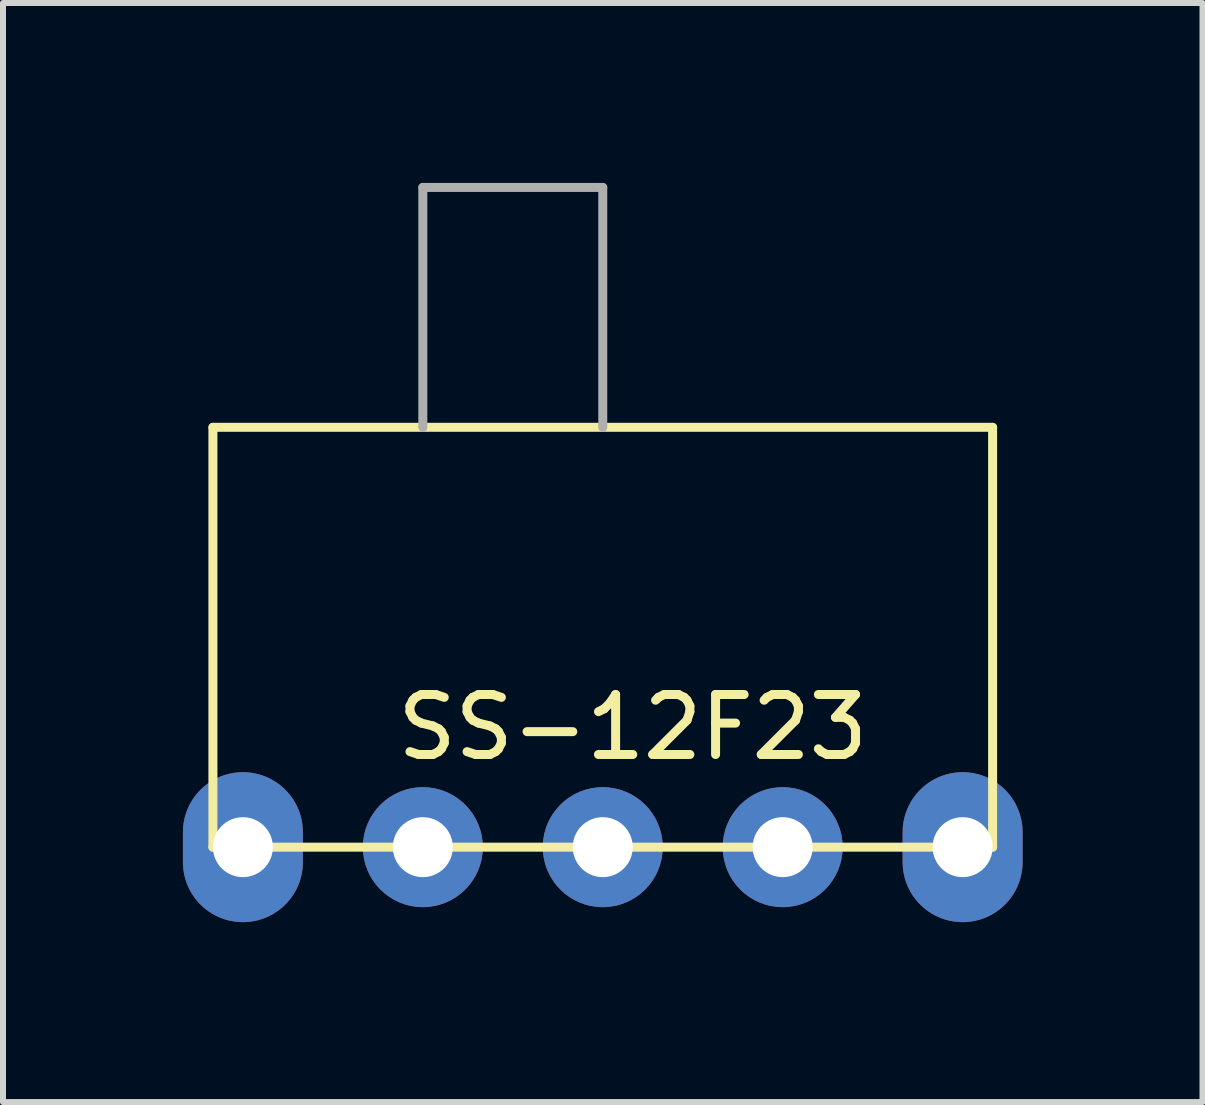
<source format=kicad_pcb>
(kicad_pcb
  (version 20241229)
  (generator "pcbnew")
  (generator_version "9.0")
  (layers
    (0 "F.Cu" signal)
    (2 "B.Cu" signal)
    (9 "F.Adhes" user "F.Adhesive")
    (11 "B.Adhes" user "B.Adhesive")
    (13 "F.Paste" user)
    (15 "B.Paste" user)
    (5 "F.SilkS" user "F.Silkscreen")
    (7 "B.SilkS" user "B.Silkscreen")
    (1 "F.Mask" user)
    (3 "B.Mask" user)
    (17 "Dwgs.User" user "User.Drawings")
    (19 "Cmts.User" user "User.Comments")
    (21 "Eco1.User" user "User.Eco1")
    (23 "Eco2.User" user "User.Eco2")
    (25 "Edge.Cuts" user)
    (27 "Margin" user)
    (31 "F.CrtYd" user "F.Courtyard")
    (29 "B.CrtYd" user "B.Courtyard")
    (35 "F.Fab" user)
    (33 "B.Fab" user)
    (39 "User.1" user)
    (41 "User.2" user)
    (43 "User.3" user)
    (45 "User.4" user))
  (footprint "SS-12F23"
    (layer "F.Cu")
    (at 7 11.075)
    (property "Reference" "SS-12F23" (at 0.5 -2 0) (layer "F.SilkS") (effects (font (size 1 1) (thickness 0.15))))
    (attr through_hole)
    (fp_line (start -6.5 -7) (end -6.5 0) (stroke (width 0.15) (type solid)) (layer "F.SilkS"))
    (fp_line (start -6.5 0) (end 0 0) (stroke (width 0.15) (type solid)) (layer "F.SilkS"))
    (fp_line (start 0 0) (end 6.5 0) (stroke (width 0.15) (type solid)) (layer "F.SilkS"))
    (fp_line (start 6.5 -7) (end -6.5 -7) (stroke (width 0.15) (type solid)) (layer "F.SilkS"))
    (fp_line (start 6.5 0) (end 6.5 -7) (stroke (width 0.15) (type solid)) (layer "F.SilkS"))
    (fp_line (start -3 -11) (end -3 -7) (stroke (width 0.15) (type solid)) (layer "F.Fab"))
    (fp_line (start 0 -11) (end -3 -11) (stroke (width 0.15) (type solid)) (layer "F.Fab"))
    (fp_line (start 0 -7) (end 0 -11) (stroke (width 0.15) (type solid)) (layer "F.Fab"))
    (pad "" thru_hole oval (at -6 0) (size 2 2.5) (drill 1) (layers "*.Cu" "*.Mask"))
    (pad "" thru_hole oval (at 6 0) (size 2 2.5) (drill 1) (layers "*.Cu" "*.Mask"))
    (pad "1" thru_hole circle (at 3 0) (size 2 2) (drill 1) (layers "*.Cu" "*.Mask"))
    (pad "2" thru_hole circle (at 0 0) (size 2 2) (drill 1) (layers "*.Cu" "*.Mask"))
    (pad "3" thru_hole circle (at -3 0) (size 2 2) (drill 1) (layers "*.Cu" "*.Mask")))
  (gr_rect
    (start -3 -3)
    (end 17 15.325)
    (stroke (width 0.1) (type default))
    (fill no)
    (layer "Edge.Cuts")))
</source>
